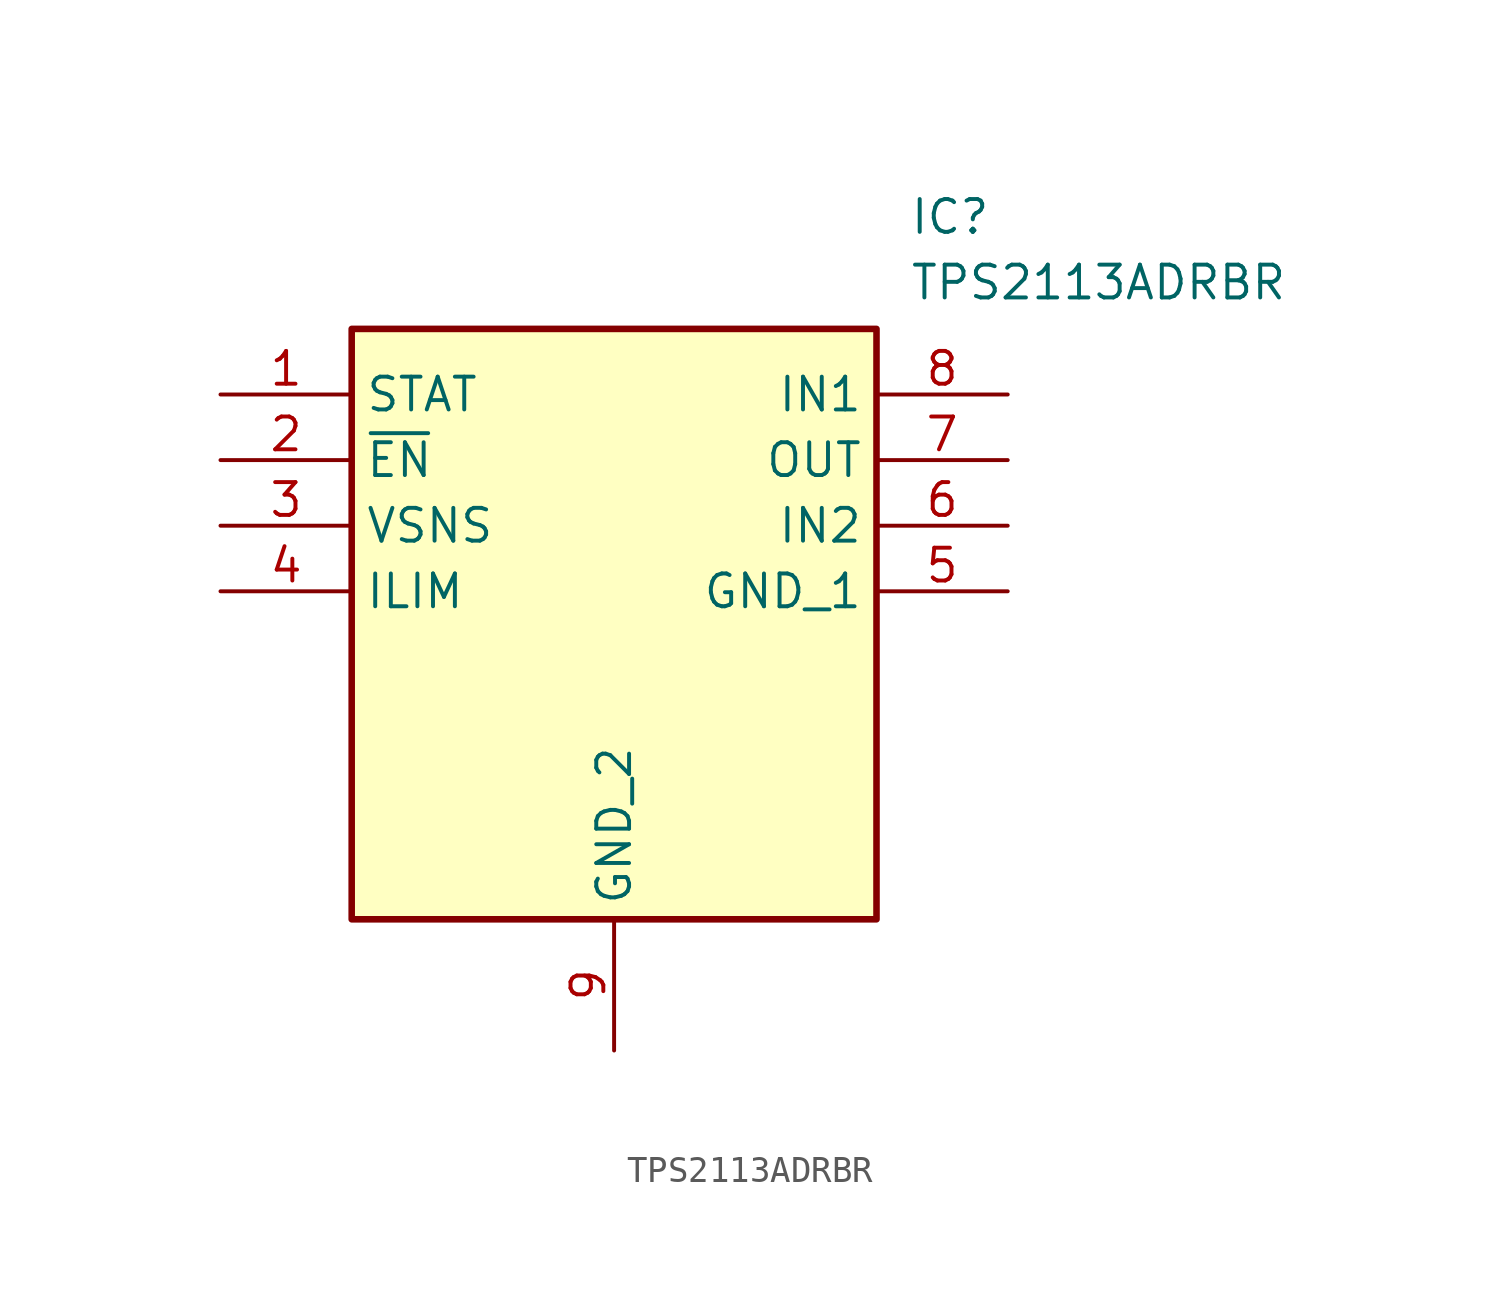
<source format=kicad_sym>
(kicad_symbol_lib
  (version 20211014)
  (generator SamacSys_ECAD_Model)
  (symbol "TPS2113ADRBR"
    (property "Reference" "IC"
      (at 26.67 7.62 0)
      (effects (font (size 1.27 1.27)) (justify left top)))
    (property "Value" "TPS2113ADRBR"
      (at 26.67 5.08 0)
      (effects (font (size 1.27 1.27)) (justify left top)))
    (rectangle
      (start 5.08 2.54)
      (end 25.4 -20.32)
      (stroke (width 0.254) (type default))
      (fill (type background)))
    (pin passive line
      (at 0 0 0)
      (length 5.08)
      (name "STAT" (effects (font (size 1.27 1.27))))
      (number "1" (effects (font (size 1.27 1.27)))))
    (pin passive line
      (at 0 -2.54 0)
      (length 5.08)
      (name "~{EN}" (effects (font (size 1.27 1.27))))
      (number "2" (effects (font (size 1.27 1.27)))))
    (pin passive line
      (at 0 -5.08 0)
      (length 5.08)
      (name "VSNS" (effects (font (size 1.27 1.27))))
      (number "3" (effects (font (size 1.27 1.27)))))
    (pin passive line
      (at 0 -7.62 0)
      (length 5.08)
      (name "ILIM" (effects (font (size 1.27 1.27))))
      (number "4" (effects (font (size 1.27 1.27)))))
    (pin passive line
      (at 15.24 -25.4 90)
      (length 5.08)
      (name "GND_2" (effects (font (size 1.27 1.27))))
      (number "9" (effects (font (size 1.27 1.27)))))
    (pin passive line
      (at 30.48 0 180)
      (length 5.08)
      (name "IN1" (effects (font (size 1.27 1.27))))
      (number "8" (effects (font (size 1.27 1.27)))))
    (pin passive line
      (at 30.48 -2.54 180)
      (length 5.08)
      (name "OUT" (effects (font (size 1.27 1.27))))
      (number "7" (effects (font (size 1.27 1.27)))))
    (pin passive line
      (at 30.48 -5.08 180)
      (length 5.08)
      (name "IN2" (effects (font (size 1.27 1.27))))
      (number "6" (effects (font (size 1.27 1.27)))))
    (pin passive line
      (at 30.48 -7.62 180)
      (length 5.08)
      (name "GND_1" (effects (font (size 1.27 1.27))))
      (number "5" (effects (font (size 1.27 1.27)))))))
</source>
